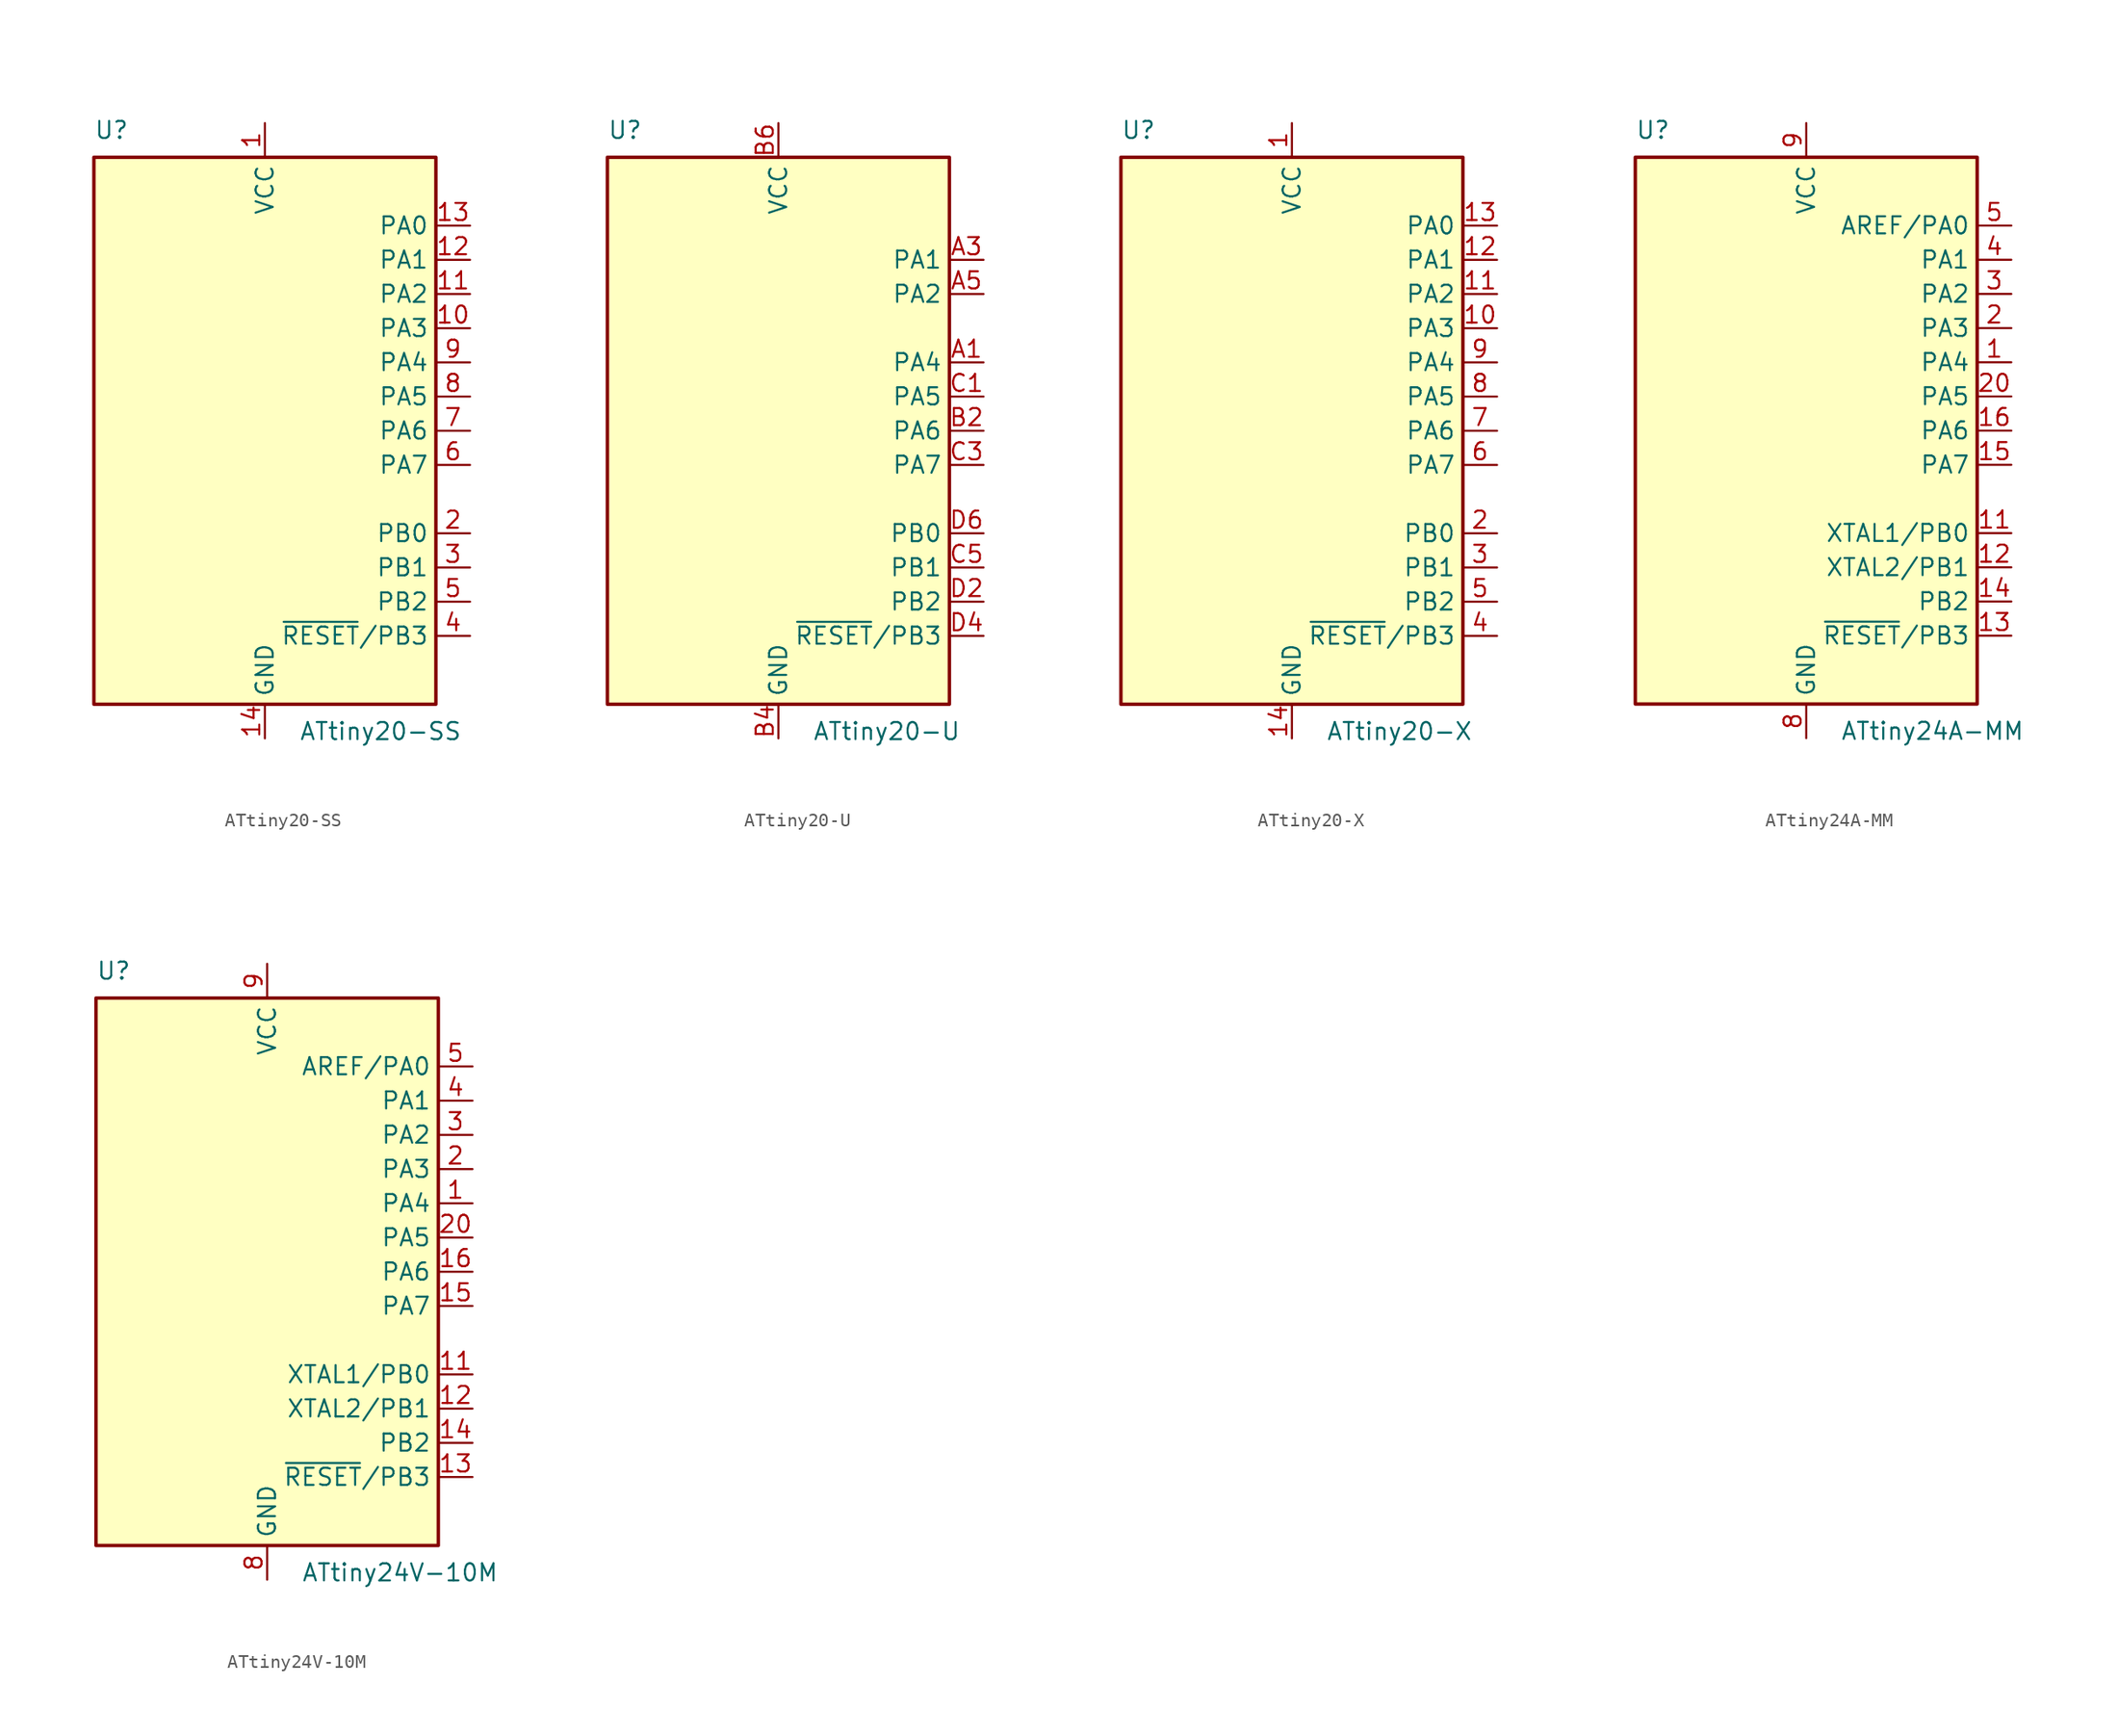
<source format=kicad_sym>
(kicad_symbol_lib
  (version 20241209)
  (generator "kicad_symbol_editor")
  (generator_version "9.0")
  (symbol "ATtiny20-SS"
    (property "Reference" "U"
      (at -12.7 21.59 0)
      (effects (font (size 1.27 1.27)) (justify left bottom)))
    (property "Value" "ATtiny20-SS"
      (at 2.54 -21.59 0)
      (effects (font (size 1.27 1.27)) (justify left top)))
    (symbol "ATtiny20-SS_0_1"
      (rectangle (start -12.7 -20.32) (end 12.7 20.32) (stroke (width 0.254) (type default)) (fill (type background))))
    (symbol "ATtiny20-SS_1_1"
      (pin power_in line (at 0 22.86 270) (length 2.54) (name "VCC" (effects (font (size 1.27 1.27)))) (number "1" (effects (font (size 1.27 1.27)))))
      (pin power_in line (at 0 -22.86 90) (length 2.54) (name "GND" (effects (font (size 1.27 1.27)))) (number "14" (effects (font (size 1.27 1.27)))))
      (pin bidirectional line (at 15.24 15.24 180) (length 2.54) (name "PA0" (effects (font (size 1.27 1.27)))) (number "13" (effects (font (size 1.27 1.27)))))
      (pin bidirectional line (at 15.24 12.7 180) (length 2.54) (name "PA1" (effects (font (size 1.27 1.27)))) (number "12" (effects (font (size 1.27 1.27)))))
      (pin bidirectional line (at 15.24 10.16 180) (length 2.54) (name "PA2" (effects (font (size 1.27 1.27)))) (number "11" (effects (font (size 1.27 1.27)))))
      (pin bidirectional line (at 15.24 7.62 180) (length 2.54) (name "PA3" (effects (font (size 1.27 1.27)))) (number "10" (effects (font (size 1.27 1.27)))))
      (pin bidirectional line (at 15.24 5.08 180) (length 2.54) (name "PA4" (effects (font (size 1.27 1.27)))) (number "9" (effects (font (size 1.27 1.27)))))
      (pin bidirectional line (at 15.24 2.54 180) (length 2.54) (name "PA5" (effects (font (size 1.27 1.27)))) (number "8" (effects (font (size 1.27 1.27)))))
      (pin bidirectional line (at 15.24 0 180) (length 2.54) (name "PA6" (effects (font (size 1.27 1.27)))) (number "7" (effects (font (size 1.27 1.27)))))
      (pin bidirectional line (at 15.24 -2.54 180) (length 2.54) (name "PA7" (effects (font (size 1.27 1.27)))) (number "6" (effects (font (size 1.27 1.27)))))
      (pin bidirectional line (at 15.24 -7.62 180) (length 2.54) (name "PB0" (effects (font (size 1.27 1.27)))) (number "2" (effects (font (size 1.27 1.27)))))
      (pin bidirectional line (at 15.24 -10.16 180) (length 2.54) (name "PB1" (effects (font (size 1.27 1.27)))) (number "3" (effects (font (size 1.27 1.27)))))
      (pin bidirectional line (at 15.24 -12.7 180) (length 2.54) (name "PB2" (effects (font (size 1.27 1.27)))) (number "5" (effects (font (size 1.27 1.27)))))
      (pin bidirectional line (at 15.24 -15.24 180) (length 2.54) (name "~{RESET}/PB3" (effects (font (size 1.27 1.27)))) (number "4" (effects (font (size 1.27 1.27)))))))
  (symbol "ATtiny20-U"
    (property "Reference" "U"
      (at -12.7 21.59 0)
      (effects (font (size 1.27 1.27)) (justify left bottom)))
    (property "Value" "ATtiny20-U"
      (at 2.54 -21.59 0)
      (effects (font (size 1.27 1.27)) (justify left top)))
    (symbol "ATtiny20-U_0_1"
      (rectangle (start -12.7 -20.32) (end 12.7 20.32) (stroke (width 0.254) (type default)) (fill (type background))))
    (symbol "ATtiny20-U_1_1"
      (pin power_in line (at 0 22.86 270) (length 2.54) (name "VCC" (effects (font (size 1.27 1.27)))) (number "B6" (effects (font (size 1.27 1.27)))))
      (pin power_in line (at 0 -22.86 90) (length 2.54) (name "GND" (effects (font (size 1.27 1.27)))) (number "B4" (effects (font (size 1.27 1.27)))))
      (pin bidirectional line (at 15.24 12.7 180) (length 2.54) (name "PA1" (effects (font (size 1.27 1.27)))) (number "A3" (effects (font (size 1.27 1.27)))))
      (pin bidirectional line (at 15.24 10.16 180) (length 2.54) (name "PA2" (effects (font (size 1.27 1.27)))) (number "A5" (effects (font (size 1.27 1.27)))))
      (pin bidirectional line (at 15.24 5.08 180) (length 2.54) (name "PA4" (effects (font (size 1.27 1.27)))) (number "A1" (effects (font (size 1.27 1.27)))))
      (pin bidirectional line (at 15.24 2.54 180) (length 2.54) (name "PA5" (effects (font (size 1.27 1.27)))) (number "C1" (effects (font (size 1.27 1.27)))))
      (pin bidirectional line (at 15.24 0 180) (length 2.54) (name "PA6" (effects (font (size 1.27 1.27)))) (number "B2" (effects (font (size 1.27 1.27)))))
      (pin bidirectional line (at 15.24 -2.54 180) (length 2.54) (name "PA7" (effects (font (size 1.27 1.27)))) (number "C3" (effects (font (size 1.27 1.27)))))
      (pin bidirectional line (at 15.24 -7.62 180) (length 2.54) (name "PB0" (effects (font (size 1.27 1.27)))) (number "D6" (effects (font (size 1.27 1.27)))))
      (pin bidirectional line (at 15.24 -10.16 180) (length 2.54) (name "PB1" (effects (font (size 1.27 1.27)))) (number "C5" (effects (font (size 1.27 1.27)))))
      (pin bidirectional line (at 15.24 -12.7 180) (length 2.54) (name "PB2" (effects (font (size 1.27 1.27)))) (number "D2" (effects (font (size 1.27 1.27)))))
      (pin bidirectional line (at 15.24 -15.24 180) (length 2.54) (name "~{RESET}/PB3" (effects (font (size 1.27 1.27)))) (number "D4" (effects (font (size 1.27 1.27)))))))
  (symbol "ATtiny20-X"
    (property "Reference" "U"
      (at -12.7 21.59 0)
      (effects (font (size 1.27 1.27)) (justify left bottom)))
    (property "Value" "ATtiny20-X"
      (at 2.54 -21.59 0)
      (effects (font (size 1.27 1.27)) (justify left top)))
    (symbol "ATtiny20-X_0_1"
      (rectangle (start -12.7 -20.32) (end 12.7 20.32) (stroke (width 0.254) (type default)) (fill (type background))))
    (symbol "ATtiny20-X_1_1"
      (pin power_in line (at 0 22.86 270) (length 2.54) (name "VCC" (effects (font (size 1.27 1.27)))) (number "1" (effects (font (size 1.27 1.27)))))
      (pin power_in line (at 0 -22.86 90) (length 2.54) (name "GND" (effects (font (size 1.27 1.27)))) (number "14" (effects (font (size 1.27 1.27)))))
      (pin bidirectional line (at 15.24 15.24 180) (length 2.54) (name "PA0" (effects (font (size 1.27 1.27)))) (number "13" (effects (font (size 1.27 1.27)))))
      (pin bidirectional line (at 15.24 12.7 180) (length 2.54) (name "PA1" (effects (font (size 1.27 1.27)))) (number "12" (effects (font (size 1.27 1.27)))))
      (pin bidirectional line (at 15.24 10.16 180) (length 2.54) (name "PA2" (effects (font (size 1.27 1.27)))) (number "11" (effects (font (size 1.27 1.27)))))
      (pin bidirectional line (at 15.24 7.62 180) (length 2.54) (name "PA3" (effects (font (size 1.27 1.27)))) (number "10" (effects (font (size 1.27 1.27)))))
      (pin bidirectional line (at 15.24 5.08 180) (length 2.54) (name "PA4" (effects (font (size 1.27 1.27)))) (number "9" (effects (font (size 1.27 1.27)))))
      (pin bidirectional line (at 15.24 2.54 180) (length 2.54) (name "PA5" (effects (font (size 1.27 1.27)))) (number "8" (effects (font (size 1.27 1.27)))))
      (pin bidirectional line (at 15.24 0 180) (length 2.54) (name "PA6" (effects (font (size 1.27 1.27)))) (number "7" (effects (font (size 1.27 1.27)))))
      (pin bidirectional line (at 15.24 -2.54 180) (length 2.54) (name "PA7" (effects (font (size 1.27 1.27)))) (number "6" (effects (font (size 1.27 1.27)))))
      (pin bidirectional line (at 15.24 -7.62 180) (length 2.54) (name "PB0" (effects (font (size 1.27 1.27)))) (number "2" (effects (font (size 1.27 1.27)))))
      (pin bidirectional line (at 15.24 -10.16 180) (length 2.54) (name "PB1" (effects (font (size 1.27 1.27)))) (number "3" (effects (font (size 1.27 1.27)))))
      (pin bidirectional line (at 15.24 -12.7 180) (length 2.54) (name "PB2" (effects (font (size 1.27 1.27)))) (number "5" (effects (font (size 1.27 1.27)))))
      (pin bidirectional line (at 15.24 -15.24 180) (length 2.54) (name "~{RESET}/PB3" (effects (font (size 1.27 1.27)))) (number "4" (effects (font (size 1.27 1.27)))))))
  (symbol "ATtiny24A-MM"
    (property "Reference" "U"
      (at -12.7 21.59 0)
      (effects (font (size 1.27 1.27)) (justify left bottom)))
    (property "Value" "ATtiny24A-MM"
      (at 2.54 -21.59 0)
      (effects (font (size 1.27 1.27)) (justify left top)))
    (symbol "ATtiny24A-MM_0_1"
      (rectangle (start -12.7 -20.32) (end 12.7 20.32) (stroke (width 0.254) (type default)) (fill (type background))))
    (symbol "ATtiny24A-MM_1_1"
      (pin no_connect line (at -12.7 -5.08 0) (length 2.54) (hide yes) (name "NC" (effects (font (size 1.27 1.27)))) (number "6" (effects (font (size 1.27 1.27)))))
      (pin no_connect line (at -12.7 -7.62 0) (length 2.54) (hide yes) (name "NC" (effects (font (size 1.27 1.27)))) (number "7" (effects (font (size 1.27 1.27)))))
      (pin no_connect line (at -12.7 -10.16 0) (length 2.54) (hide yes) (name "NC" (effects (font (size 1.27 1.27)))) (number "10" (effects (font (size 1.27 1.27)))))
      (pin no_connect line (at -12.7 -12.7 0) (length 2.54) (hide yes) (name "NC" (effects (font (size 1.27 1.27)))) (number "17" (effects (font (size 1.27 1.27)))))
      (pin no_connect line (at -12.7 -15.24 0) (length 2.54) (hide yes) (name "NC" (effects (font (size 1.27 1.27)))) (number "18" (effects (font (size 1.27 1.27)))))
      (pin no_connect line (at -12.7 -17.78 0) (length 2.54) (hide yes) (name "NC" (effects (font (size 1.27 1.27)))) (number "19" (effects (font (size 1.27 1.27)))))
      (pin power_in line (at 0 22.86 270) (length 2.54) (name "VCC" (effects (font (size 1.27 1.27)))) (number "9" (effects (font (size 1.27 1.27)))))
      (pin passive line (at 0 -22.86 90) (length 2.54) (hide yes) (name "GND" (effects (font (size 1.27 1.27)))) (number "21" (effects (font (size 1.27 1.27)))))
      (pin power_in line (at 0 -22.86 90) (length 2.54) (name "GND" (effects (font (size 1.27 1.27)))) (number "8" (effects (font (size 1.27 1.27)))))
      (pin bidirectional line (at 15.24 15.24 180) (length 2.54) (name "AREF/PA0" (effects (font (size 1.27 1.27)))) (number "5" (effects (font (size 1.27 1.27)))))
      (pin bidirectional line (at 15.24 12.7 180) (length 2.54) (name "PA1" (effects (font (size 1.27 1.27)))) (number "4" (effects (font (size 1.27 1.27)))))
      (pin bidirectional line (at 15.24 10.16 180) (length 2.54) (name "PA2" (effects (font (size 1.27 1.27)))) (number "3" (effects (font (size 1.27 1.27)))))
      (pin bidirectional line (at 15.24 7.62 180) (length 2.54) (name "PA3" (effects (font (size 1.27 1.27)))) (number "2" (effects (font (size 1.27 1.27)))))
      (pin bidirectional line (at 15.24 5.08 180) (length 2.54) (name "PA4" (effects (font (size 1.27 1.27)))) (number "1" (effects (font (size 1.27 1.27)))))
      (pin bidirectional line (at 15.24 2.54 180) (length 2.54) (name "PA5" (effects (font (size 1.27 1.27)))) (number "20" (effects (font (size 1.27 1.27)))))
      (pin bidirectional line (at 15.24 0 180) (length 2.54) (name "PA6" (effects (font (size 1.27 1.27)))) (number "16" (effects (font (size 1.27 1.27)))))
      (pin bidirectional line (at 15.24 -2.54 180) (length 2.54) (name "PA7" (effects (font (size 1.27 1.27)))) (number "15" (effects (font (size 1.27 1.27)))))
      (pin bidirectional line (at 15.24 -7.62 180) (length 2.54) (name "XTAL1/PB0" (effects (font (size 1.27 1.27)))) (number "11" (effects (font (size 1.27 1.27)))))
      (pin bidirectional line (at 15.24 -10.16 180) (length 2.54) (name "XTAL2/PB1" (effects (font (size 1.27 1.27)))) (number "12" (effects (font (size 1.27 1.27)))))
      (pin bidirectional line (at 15.24 -12.7 180) (length 2.54) (name "PB2" (effects (font (size 1.27 1.27)))) (number "14" (effects (font (size 1.27 1.27)))))
      (pin bidirectional line (at 15.24 -15.24 180) (length 2.54) (name "~{RESET}/PB3" (effects (font (size 1.27 1.27)))) (number "13" (effects (font (size 1.27 1.27)))))))
  (symbol "ATtiny24V-10M"
    (property "Reference" "U"
      (at -12.7 21.59 0)
      (effects (font (size 1.27 1.27)) (justify left bottom)))
    (property "Value" "ATtiny24V-10M"
      (at 2.54 -21.59 0)
      (effects (font (size 1.27 1.27)) (justify left top)))
    (symbol "ATtiny24V-10M_0_1"
      (rectangle (start -12.7 -20.32) (end 12.7 20.32) (stroke (width 0.254) (type default)) (fill (type background))))
    (symbol "ATtiny24V-10M_1_1"
      (pin no_connect line (at -12.7 -5.08 0) (length 2.54) (hide yes) (name "NC" (effects (font (size 1.27 1.27)))) (number "6" (effects (font (size 1.27 1.27)))))
      (pin no_connect line (at -12.7 -7.62 0) (length 2.54) (hide yes) (name "NC" (effects (font (size 1.27 1.27)))) (number "7" (effects (font (size 1.27 1.27)))))
      (pin no_connect line (at -12.7 -10.16 0) (length 2.54) (hide yes) (name "NC" (effects (font (size 1.27 1.27)))) (number "10" (effects (font (size 1.27 1.27)))))
      (pin no_connect line (at -12.7 -12.7 0) (length 2.54) (hide yes) (name "NC" (effects (font (size 1.27 1.27)))) (number "17" (effects (font (size 1.27 1.27)))))
      (pin no_connect line (at -12.7 -15.24 0) (length 2.54) (hide yes) (name "NC" (effects (font (size 1.27 1.27)))) (number "18" (effects (font (size 1.27 1.27)))))
      (pin no_connect line (at -12.7 -17.78 0) (length 2.54) (hide yes) (name "NC" (effects (font (size 1.27 1.27)))) (number "19" (effects (font (size 1.27 1.27)))))
      (pin power_in line (at 0 22.86 270) (length 2.54) (name "VCC" (effects (font (size 1.27 1.27)))) (number "9" (effects (font (size 1.27 1.27)))))
      (pin passive line (at 0 -22.86 90) (length 2.54) (hide yes) (name "GND" (effects (font (size 1.27 1.27)))) (number "21" (effects (font (size 1.27 1.27)))))
      (pin power_in line (at 0 -22.86 90) (length 2.54) (name "GND" (effects (font (size 1.27 1.27)))) (number "8" (effects (font (size 1.27 1.27)))))
      (pin bidirectional line (at 15.24 15.24 180) (length 2.54) (name "AREF/PA0" (effects (font (size 1.27 1.27)))) (number "5" (effects (font (size 1.27 1.27)))))
      (pin bidirectional line (at 15.24 12.7 180) (length 2.54) (name "PA1" (effects (font (size 1.27 1.27)))) (number "4" (effects (font (size 1.27 1.27)))))
      (pin bidirectional line (at 15.24 10.16 180) (length 2.54) (name "PA2" (effects (font (size 1.27 1.27)))) (number "3" (effects (font (size 1.27 1.27)))))
      (pin bidirectional line (at 15.24 7.62 180) (length 2.54) (name "PA3" (effects (font (size 1.27 1.27)))) (number "2" (effects (font (size 1.27 1.27)))))
      (pin bidirectional line (at 15.24 5.08 180) (length 2.54) (name "PA4" (effects (font (size 1.27 1.27)))) (number "1" (effects (font (size 1.27 1.27)))))
      (pin bidirectional line (at 15.24 2.54 180) (length 2.54) (name "PA5" (effects (font (size 1.27 1.27)))) (number "20" (effects (font (size 1.27 1.27)))))
      (pin bidirectional line (at 15.24 0 180) (length 2.54) (name "PA6" (effects (font (size 1.27 1.27)))) (number "16" (effects (font (size 1.27 1.27)))))
      (pin bidirectional line (at 15.24 -2.54 180) (length 2.54) (name "PA7" (effects (font (size 1.27 1.27)))) (number "15" (effects (font (size 1.27 1.27)))))
      (pin bidirectional line (at 15.24 -7.62 180) (length 2.54) (name "XTAL1/PB0" (effects (font (size 1.27 1.27)))) (number "11" (effects (font (size 1.27 1.27)))))
      (pin bidirectional line (at 15.24 -10.16 180) (length 2.54) (name "XTAL2/PB1" (effects (font (size 1.27 1.27)))) (number "12" (effects (font (size 1.27 1.27)))))
      (pin bidirectional line (at 15.24 -12.7 180) (length 2.54) (name "PB2" (effects (font (size 1.27 1.27)))) (number "14" (effects (font (size 1.27 1.27)))))
      (pin bidirectional line (at 15.24 -15.24 180) (length 2.54) (name "~{RESET}/PB3" (effects (font (size 1.27 1.27)))) (number "13" (effects (font (size 1.27 1.27))))))))
</source>
